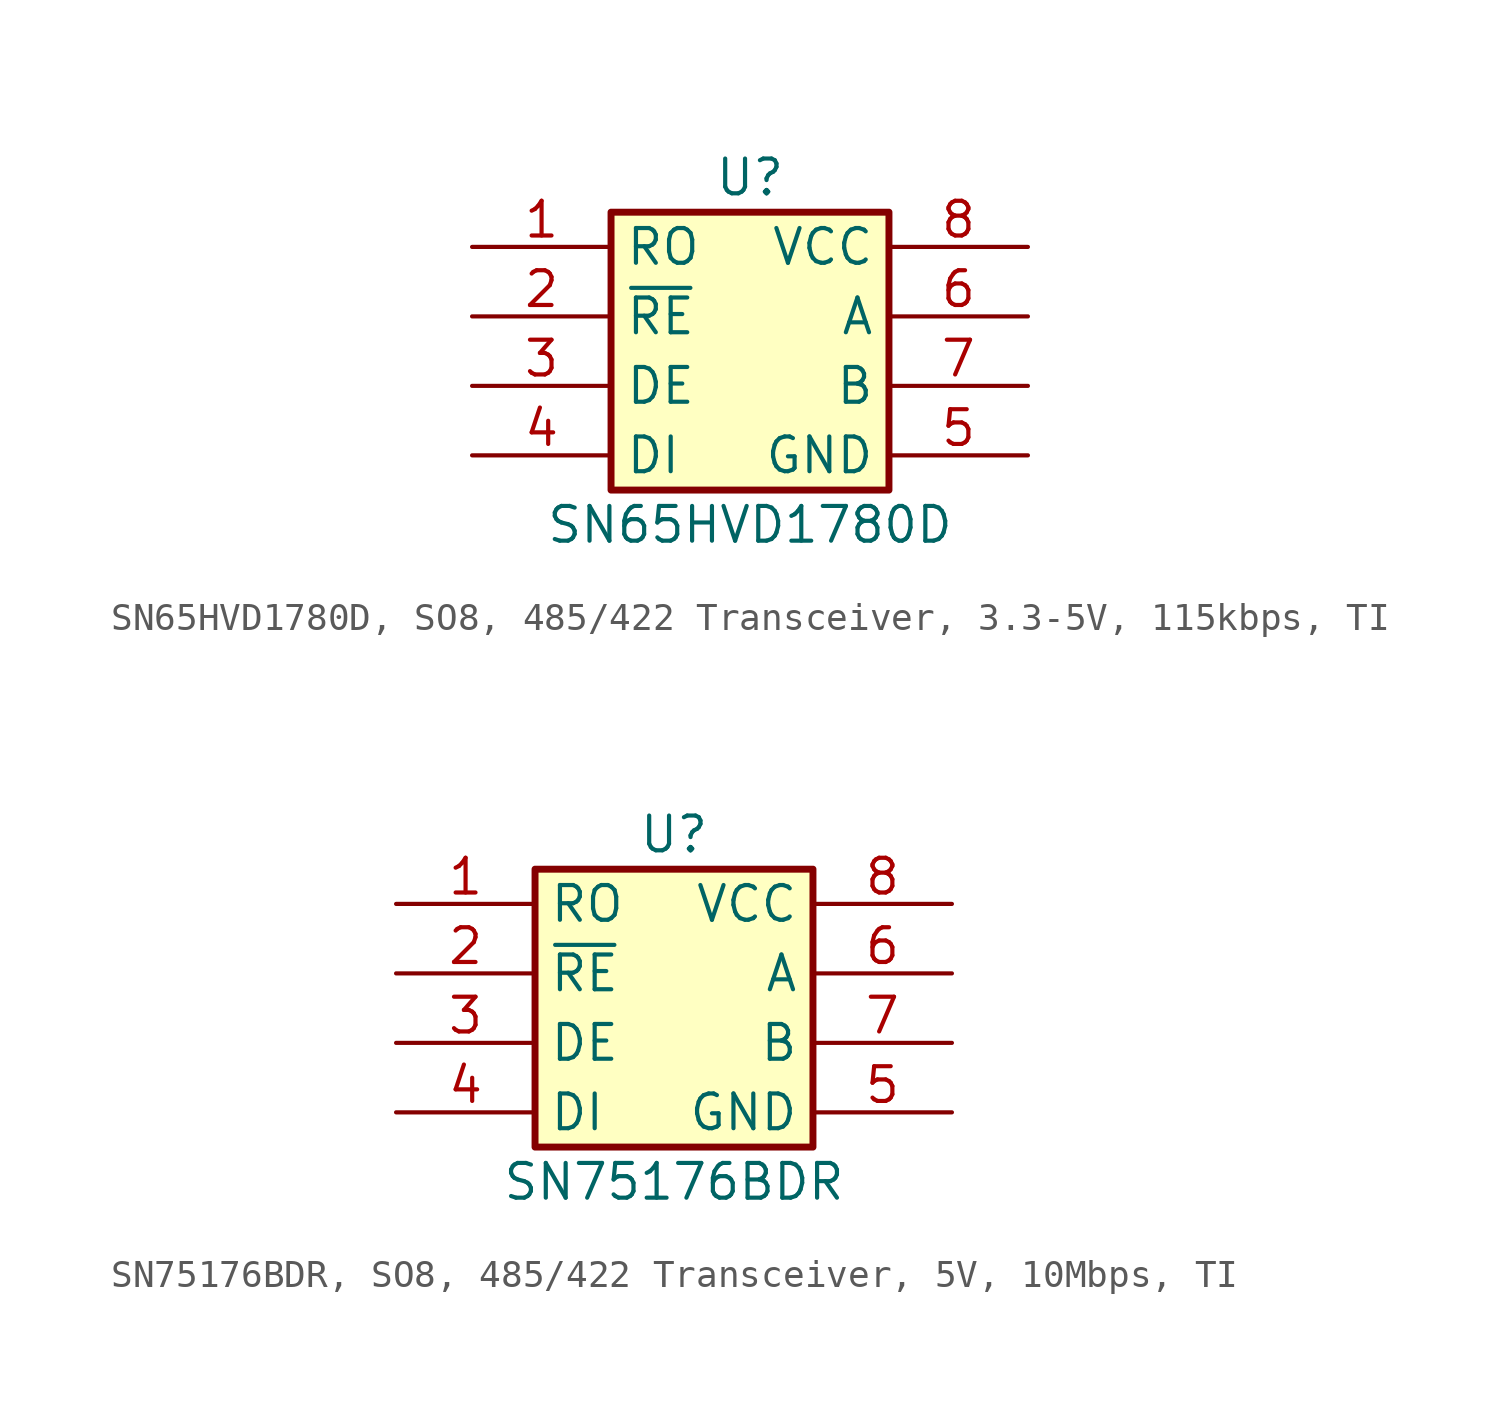
<source format=kicad_sym>
(kicad_symbol_lib
  (version 20241209)
  (generator "kicad_symbol_editor")
  (generator_version "9.0")
  (symbol "SN65HVD1780D, SO8, 485/422 Transceiver, 3.3-5V, 115kbps, TI"
    (property "Reference" "U"
      (at 0 5.08 0)
      (effects (font (size 1.27 1.27))))
    (property "Value" "SN65HVD1780D"
      (at 0 -7.62 0)
      (effects (font (size 1.27 1.27))))
    (symbol "SN65HVD1780D, SO8, 485/422 Transceiver, 3.3-5V, 115kbps, TI_0_1"
      (rectangle (start -5.08 3.81) (end 5.08 -6.35) (stroke (width 0.254) (type default)) (fill (type background))))
    (symbol "SN65HVD1780D, SO8, 485/422 Transceiver, 3.3-5V, 115kbps, TI_1_1"
      (pin passive line (at -10.16 2.54 0) (length 5.08) (name "RO" (effects (font (size 1.27 1.27)))) (number "1" (effects (font (size 1.27 1.27)))))
      (pin passive line (at -10.16 0 0) (length 5.08) (name "~{RE}" (effects (font (size 1.27 1.27)))) (number "2" (effects (font (size 1.27 1.27)))))
      (pin passive line (at -10.16 -2.54 0) (length 5.08) (name "DE" (effects (font (size 1.27 1.27)))) (number "3" (effects (font (size 1.27 1.27)))))
      (pin passive line (at -10.16 -5.08 0) (length 5.08) (name "DI" (effects (font (size 1.27 1.27)))) (number "4" (effects (font (size 1.27 1.27)))))
      (pin power_in line (at 10.16 2.54 180) (length 5.08) (name "VCC" (effects (font (size 1.27 1.27)))) (number "8" (effects (font (size 1.27 1.27)))))
      (pin passive line (at 10.16 0 180) (length 5.08) (name "A" (effects (font (size 1.27 1.27)))) (number "6" (effects (font (size 1.27 1.27)))))
      (pin passive line (at 10.16 -2.54 180) (length 5.08) (name "B" (effects (font (size 1.27 1.27)))) (number "7" (effects (font (size 1.27 1.27)))))
      (pin power_in line (at 10.16 -5.08 180) (length 5.08) (name "GND" (effects (font (size 1.27 1.27)))) (number "5" (effects (font (size 1.27 1.27)))))))
  (symbol "SN75176BDR, SO8, 485/422 Transceiver, 5V, 10Mbps, TI"
    (property "Reference" "U"
      (at 0 5.08 0)
      (effects (font (size 1.27 1.27))))
    (property "Value" "SN75176BDR"
      (at 0 -7.62 0)
      (effects (font (size 1.27 1.27))))
    (symbol "SN75176BDR, SO8, 485/422 Transceiver, 5V, 10Mbps, TI_0_1"
      (rectangle (start -5.08 3.81) (end 5.08 -6.35) (stroke (width 0.254) (type default)) (fill (type background))))
    (symbol "SN75176BDR, SO8, 485/422 Transceiver, 5V, 10Mbps, TI_1_1"
      (pin passive line (at -10.16 2.54 0) (length 5.08) (name "RO" (effects (font (size 1.27 1.27)))) (number "1" (effects (font (size 1.27 1.27)))))
      (pin passive line (at -10.16 0 0) (length 5.08) (name "~{RE}" (effects (font (size 1.27 1.27)))) (number "2" (effects (font (size 1.27 1.27)))))
      (pin passive line (at -10.16 -2.54 0) (length 5.08) (name "DE" (effects (font (size 1.27 1.27)))) (number "3" (effects (font (size 1.27 1.27)))))
      (pin passive line (at -10.16 -5.08 0) (length 5.08) (name "DI" (effects (font (size 1.27 1.27)))) (number "4" (effects (font (size 1.27 1.27)))))
      (pin power_in line (at 10.16 2.54 180) (length 5.08) (name "VCC" (effects (font (size 1.27 1.27)))) (number "8" (effects (font (size 1.27 1.27)))))
      (pin passive line (at 10.16 0 180) (length 5.08) (name "A" (effects (font (size 1.27 1.27)))) (number "6" (effects (font (size 1.27 1.27)))))
      (pin passive line (at 10.16 -2.54 180) (length 5.08) (name "B" (effects (font (size 1.27 1.27)))) (number "7" (effects (font (size 1.27 1.27)))))
      (pin power_in line (at 10.16 -5.08 180) (length 5.08) (name "GND" (effects (font (size 1.27 1.27)))) (number "5" (effects (font (size 1.27 1.27))))))))
</source>
